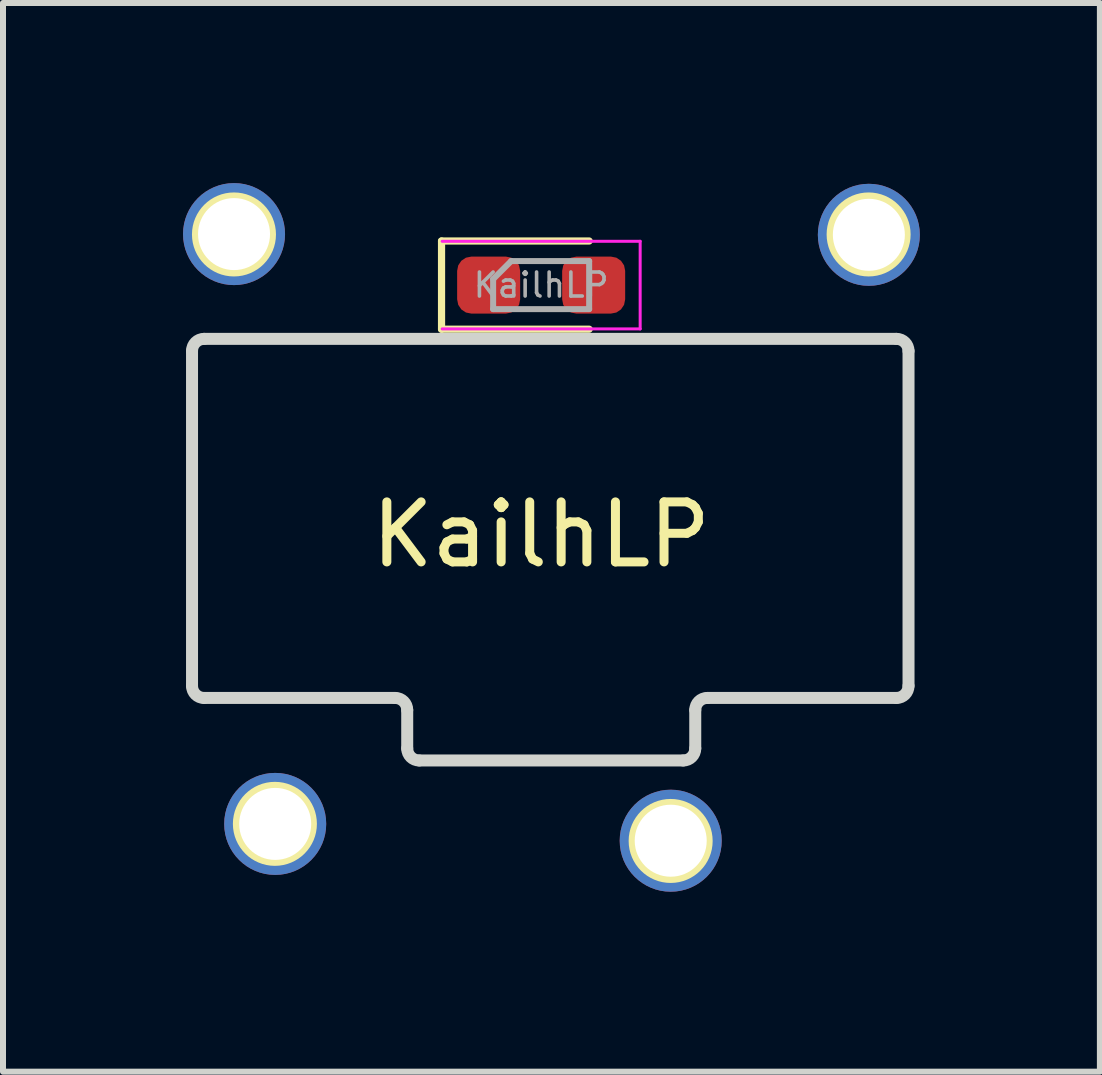
<source format=kicad_pcb>
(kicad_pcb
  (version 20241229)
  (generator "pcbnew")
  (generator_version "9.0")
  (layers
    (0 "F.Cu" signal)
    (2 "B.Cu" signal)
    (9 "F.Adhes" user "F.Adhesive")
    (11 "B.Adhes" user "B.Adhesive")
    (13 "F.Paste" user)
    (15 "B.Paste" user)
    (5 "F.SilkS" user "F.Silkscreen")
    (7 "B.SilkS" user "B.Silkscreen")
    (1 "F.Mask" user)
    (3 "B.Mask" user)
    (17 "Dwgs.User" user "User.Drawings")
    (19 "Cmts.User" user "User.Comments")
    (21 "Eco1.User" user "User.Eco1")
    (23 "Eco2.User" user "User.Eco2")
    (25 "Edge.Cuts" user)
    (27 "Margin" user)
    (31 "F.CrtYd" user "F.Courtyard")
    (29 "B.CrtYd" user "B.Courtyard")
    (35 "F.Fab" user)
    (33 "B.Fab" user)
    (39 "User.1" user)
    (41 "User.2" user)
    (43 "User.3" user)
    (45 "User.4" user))
  (footprint "KailhLP"
    (layer "F.Cu")
    (at 5.968 5.359)
    (property "Reference" "KailhLP" (at 0 0.5 0) (layer "F.SilkS") (effects (font (size 1 1) (thickness 0.15))))
    (attr through_hole)
    (fp_line (start -1.66 -4.393) (end -1.66 -2.923) (stroke (width 0.12) (type solid)) (layer "F.SilkS"))
    (fp_line (start -1.66 -2.923) (end 0.8 -2.923) (stroke (width 0.12) (type solid)) (layer "F.SilkS"))
    (fp_line (start 0.8 -4.393) (end -1.66 -4.393) (stroke (width 0.12) (type solid)) (layer "F.SilkS"))
    (fp_circle (center -5.119 -4.502) (end -4.519 -4.502) (stroke (width 0.2) (type solid)) (fill no) (layer "F.SilkS"))
    (fp_circle (center -4.437 5.32) (end -3.837 5.32) (stroke (width 0.2) (type solid)) (fill no) (layer "F.SilkS"))
    (fp_circle (center 2.158 5.605) (end 2.758 5.605) (stroke (width 0.2) (type solid)) (fill no) (layer "F.SilkS"))
    (fp_circle (center 5.457 -4.502) (end 6.057 -4.502) (stroke (width 0.2) (type solid)) (fill no) (layer "F.SilkS"))
    (fp_line (start -5.818 3.022) (end -5.818 -2.562) (stroke (width 0.2) (type solid)) (layer "Edge.Cuts"))
    (fp_line (start -5.618 -2.762) (end 5.922 -2.762) (stroke (width 0.2) (type solid)) (layer "Edge.Cuts"))
    (fp_line (start -5.618 3.222) (end -2.432 3.222) (stroke (width 0.2) (type solid)) (layer "Edge.Cuts"))
    (fp_line (start -2.232 3.422) (end -2.232 4.064) (stroke (width 0.2) (type solid)) (layer "Edge.Cuts"))
    (fp_line (start -2.032 4.264) (end 2.368 4.264) (stroke (width 0.2) (type solid)) (layer "Edge.Cuts"))
    (fp_line (start 2.568 3.422) (end 2.568 4.064) (stroke (width 0.2) (type solid)) (layer "Edge.Cuts"))
    (fp_line (start 2.768 3.222) (end 5.922 3.222) (stroke (width 0.2) (type solid)) (layer "Edge.Cuts"))
    (fp_line (start 6.122 3.022) (end 6.122 -2.562) (stroke (width 0.2) (type solid)) (layer "Edge.Cuts"))
    (fp_arc (start -5.817941 -2.561768) (mid -5.759362 -2.703189) (end -5.617941 -2.761768) (stroke (width 0.2) (type solid)) (layer "Edge.Cuts"))
    (fp_arc (start -5.617941 3.221903) (mid -5.759362 3.163324) (end -5.817941 3.021903) (stroke (width 0.2) (type solid)) (layer "Edge.Cuts"))
    (fp_arc (start -2.432 3.221903) (mid -2.290579 3.280482) (end -2.232 3.421903) (stroke (width 0.2) (type solid)) (layer "Edge.Cuts"))
    (fp_arc (start -2.032 4.264) (mid -2.173421 4.205421) (end -2.232 4.064) (stroke (width 0.2) (type solid)) (layer "Edge.Cuts"))
    (fp_arc (start 2.56831 3.421903) (mid 2.626889 3.280482) (end 2.76831 3.221903) (stroke (width 0.2) (type solid)) (layer "Edge.Cuts"))
    (fp_arc (start 2.56831 4.064) (mid 2.509731 4.205421) (end 2.36831 4.264) (stroke (width 0.2) (type solid)) (layer "Edge.Cuts"))
    (fp_arc (start 5.921518 -2.761768) (mid 6.062939 -2.703189) (end 6.121518 -2.561768) (stroke (width 0.2) (type solid)) (layer "Edge.Cuts"))
    (fp_arc (start 6.121518 3.021903) (mid 6.062939 3.163324) (end 5.921518 3.221903) (stroke (width 0.2) (type solid)) (layer "Edge.Cuts"))
    (fp_line (start -1.65 -4.388) (end 1.65 -4.388) (stroke (width 0.05) (type solid)) (layer "F.CrtYd"))
    (fp_line (start 1.65 -4.388) (end 1.65 -2.928) (stroke (width 0.05) (type solid)) (layer "F.CrtYd"))
    (fp_line (start 1.65 -2.928) (end -1.65 -2.928) (stroke (width 0.05) (type solid)) (layer "F.CrtYd"))
    (fp_line (start -0.8 -3.758) (end -0.8 -3.258) (stroke (width 0.1) (type solid)) (layer "F.Fab"))
    (fp_line (start -0.8 -3.258) (end 0.8 -3.258) (stroke (width 0.1) (type solid)) (layer "F.Fab"))
    (fp_line (start -0.5 -4.058) (end -0.8 -3.758) (stroke (width 0.1) (type solid)) (layer "F.Fab"))
    (fp_line (start 0.8 -4.058) (end -0.5 -4.058) (stroke (width 0.1) (type solid)) (layer "F.Fab"))
    (fp_line (start 0.8 -3.258) (end 0.8 -4.058) (stroke (width 0.1) (type solid)) (layer "F.Fab"))
    (fp_text user "${REFERENCE}" (at 0 -3.658 0) (layer "F.Fab") (effects (font (size 0.4 0.4) (thickness 0.06))))
    (pad "1" thru_hole circle (at -4.432 5.321) (size 1.7 1.7) (drill 1.2) (layers "*.Cu" "*.Mask"))
    (pad "2" thru_hole circle (at 2.159 5.601) (size 1.7 1.7) (drill 1.2) (layers "*.Cu" "*.Mask"))
    (pad "3" thru_hole circle (at -5.118 -4.508) (size 1.7 1.7) (drill 1.2) (layers "*.Cu" "*.Mask"))
    (pad "3" thru_hole circle (at 5.461 -4.496) (size 1.7 1.7) (drill 1.2) (layers "*.Cu" "*.Mask"))
    (pad "5" smd roundrect (at 0.875 -3.658) (size 1.05 0.95) (layers "F.Cu" "F.Mask" "F.Paste") (roundrect_rratio 0.25))
    (pad "6" smd roundrect (at -0.875 -3.658) (size 1.05 0.95) (layers "F.Cu" "F.Mask" "F.Paste") (roundrect_rratio 0.25)))
  (gr_rect
    (start -3 -3)
    (end 15.279 14.809)
    (stroke (width 0.1) (type default))
    (fill no)
    (layer "Edge.Cuts")))
</source>
